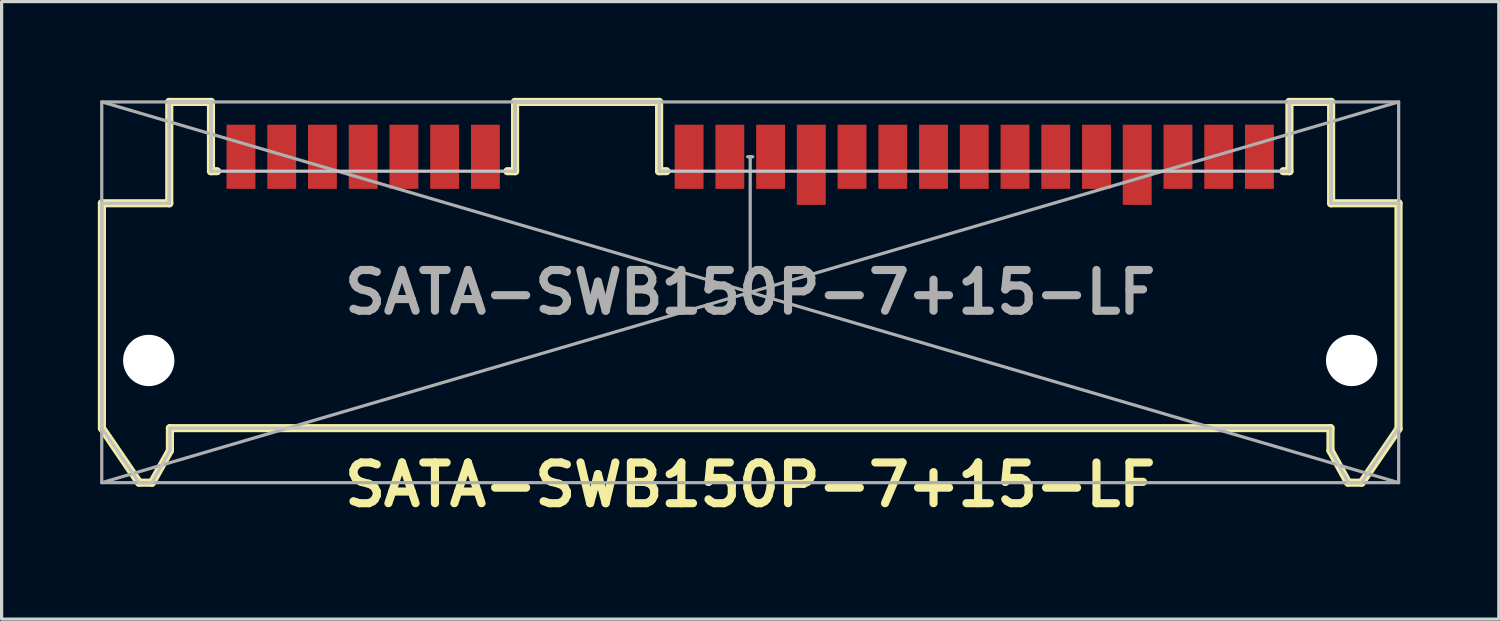
<source format=kicad_pcb>
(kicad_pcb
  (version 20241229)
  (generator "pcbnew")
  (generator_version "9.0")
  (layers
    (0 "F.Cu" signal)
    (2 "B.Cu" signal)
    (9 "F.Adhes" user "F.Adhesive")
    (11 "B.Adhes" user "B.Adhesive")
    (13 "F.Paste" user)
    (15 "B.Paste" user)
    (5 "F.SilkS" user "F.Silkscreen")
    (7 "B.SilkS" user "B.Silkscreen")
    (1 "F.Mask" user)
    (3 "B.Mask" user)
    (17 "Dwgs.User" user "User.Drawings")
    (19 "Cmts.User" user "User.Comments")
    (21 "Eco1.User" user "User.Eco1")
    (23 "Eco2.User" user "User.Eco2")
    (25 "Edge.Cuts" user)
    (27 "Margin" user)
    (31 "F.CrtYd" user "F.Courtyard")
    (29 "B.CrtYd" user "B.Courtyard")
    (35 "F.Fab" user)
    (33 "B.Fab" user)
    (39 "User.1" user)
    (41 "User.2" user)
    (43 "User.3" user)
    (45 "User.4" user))
  (footprint "SATA-SWB150P-7+15-LF"
    (layer "F.Cu")
    (at 20.337 6.062)
    (property "Reference" "SATA-SWB150P-7+15-LF" (at 0 6 0) (unlocked yes) (layer "F.SilkS") (effects (font (size 1.27 1.27) (thickness 0.254))))
    (attr smd)
    (fp_line (start -20.21 -2.775) (end -18.11 -2.775) (stroke (width 0.254) (type default)) (layer "F.SilkS"))
    (fp_line (start -20.21 4.235) (end -20.21 -2.775) (stroke (width 0.254) (type default)) (layer "F.SilkS"))
    (fp_line (start -19.05 5.935) (end -20.21 4.235) (stroke (width 0.254) (type default)) (layer "F.SilkS"))
    (fp_line (start -18.65 5.935) (end -19.05 5.935) (stroke (width 0.254) (type default)) (layer "F.SilkS"))
    (fp_line (start -18.11 -5.935) (end -16.81 -5.935) (stroke (width 0.254) (type default)) (layer "F.SilkS"))
    (fp_line (start -18.11 -2.775) (end -18.11 -5.935) (stroke (width 0.254) (type default)) (layer "F.SilkS"))
    (fp_line (start -18.09 4.235) (end -18.09 4.935) (stroke (width 0.254) (type default)) (layer "F.SilkS"))
    (fp_line (start -18.09 4.235) (end 18.09 4.235) (stroke (width 0.254) (type default)) (layer "F.SilkS"))
    (fp_line (start -18.09 4.935) (end -18.65 5.935) (stroke (width 0.254) (type default)) (layer "F.SilkS"))
    (fp_line (start -16.81 -5.935) (end -16.81 -3.775) (stroke (width 0.254) (type default)) (layer "F.SilkS"))
    (fp_line (start -16.81 -3.775) (end -16.62 -3.775) (stroke (width 0.254) (type default)) (layer "F.SilkS"))
    (fp_line (start -7.57 -3.775) (end -7.33 -3.775) (stroke (width 0.254) (type default)) (layer "F.SilkS"))
    (fp_line (start -7.33 -5.935) (end -2.84 -5.935) (stroke (width 0.254) (type default)) (layer "F.SilkS"))
    (fp_line (start -7.33 -3.775) (end -7.33 -5.935) (stroke (width 0.254) (type default)) (layer "F.SilkS"))
    (fp_line (start -2.84 -5.935) (end -2.84 -3.775) (stroke (width 0.254) (type default)) (layer "F.SilkS"))
    (fp_line (start -2.84 -3.775) (end -2.61 -3.775) (stroke (width 0.254) (type default)) (layer "F.SilkS"))
    (fp_line (start 16.81 -5.935) (end 16.81 -3.775) (stroke (width 0.254) (type default)) (layer "F.SilkS"))
    (fp_line (start 16.81 -3.775) (end 16.62 -3.775) (stroke (width 0.254) (type default)) (layer "F.SilkS"))
    (fp_line (start 18.09 4.235) (end 18.09 4.935) (stroke (width 0.254) (type default)) (layer "F.SilkS"))
    (fp_line (start 18.09 4.935) (end 18.64 5.935) (stroke (width 0.254) (type default)) (layer "F.SilkS"))
    (fp_line (start 18.11 -5.935) (end 16.81 -5.935) (stroke (width 0.254) (type default)) (layer "F.SilkS"))
    (fp_line (start 18.11 -2.775) (end 18.11 -5.935) (stroke (width 0.254) (type default)) (layer "F.SilkS"))
    (fp_line (start 18.64 5.935) (end 19.06 5.935) (stroke (width 0.254) (type default)) (layer "F.SilkS"))
    (fp_line (start 19.06 5.935) (end 20.21 4.255) (stroke (width 0.254) (type default)) (layer "F.SilkS"))
    (fp_line (start 20.21 -2.775) (end 18.11 -2.775) (stroke (width 0.254) (type default)) (layer "F.SilkS"))
    (fp_line (start 20.21 4.255) (end 20.21 -2.775) (stroke (width 0.254) (type default)) (layer "F.SilkS"))
    (fp_line (start -20.21 -2.775) (end -20.21 4.235) (stroke (width 0.1) (type default)) (layer "Dwgs.User"))
    (fp_line (start -20.21 4.235) (end -19.05 5.935) (stroke (width 0.1) (type default)) (layer "Dwgs.User"))
    (fp_line (start -19.05 5.935) (end -18.65 5.935) (stroke (width 0.1) (type default)) (layer "Dwgs.User"))
    (fp_line (start -18.11 -5.935) (end -18.11 -5.775) (stroke (width 0.1) (type default)) (layer "Dwgs.User"))
    (fp_line (start -18.11 -5.775) (end -18.11 -2.775) (stroke (width 0.1) (type default)) (layer "Dwgs.User"))
    (fp_line (start -18.11 -2.775) (end -20.21 -2.775) (stroke (width 0.1) (type default)) (layer "Dwgs.User"))
    (fp_line (start -18.09 4.235) (end -18.09 4.935) (stroke (width 0.1) (type default)) (layer "Dwgs.User"))
    (fp_line (start -18.09 4.935) (end -18.65 5.935) (stroke (width 0.1) (type default)) (layer "Dwgs.User"))
    (fp_line (start -16.81 -5.935) (end -18.11 -5.935) (stroke (width 0.1) (type default)) (layer "Dwgs.User"))
    (fp_line (start -16.81 -3.775) (end -16.81 -5.935) (stroke (width 0.1) (type default)) (layer "Dwgs.User"))
    (fp_line (start -7.33 -5.935) (end -7.33 -3.775) (stroke (width 0.1) (type default)) (layer "Dwgs.User"))
    (fp_line (start -7.33 -3.775) (end -16.81 -3.775) (stroke (width 0.1) (type default)) (layer "Dwgs.User"))
    (fp_line (start -2.83 -5.935) (end -7.33 -5.935) (stroke (width 0.1) (type default)) (layer "Dwgs.User"))
    (fp_line (start -2.83 -3.775) (end -2.83 -5.935) (stroke (width 0.1) (type default)) (layer "Dwgs.User"))
    (fp_line (start 16.81 -5.935) (end 16.81 -3.775) (stroke (width 0.1) (type default)) (layer "Dwgs.User"))
    (fp_line (start 16.81 -3.775) (end -2.83 -3.775) (stroke (width 0.1) (type default)) (layer "Dwgs.User"))
    (fp_line (start 18.09 4.235) (end -18.09 4.235) (stroke (width 0.1) (type default)) (layer "Dwgs.User"))
    (fp_line (start 18.09 4.935) (end 18.09 4.235) (stroke (width 0.1) (type default)) (layer "Dwgs.User"))
    (fp_line (start 18.11 -5.935) (end 16.81 -5.935) (stroke (width 0.1) (type default)) (layer "Dwgs.User"))
    (fp_line (start 18.11 -2.775) (end 18.11 -5.935) (stroke (width 0.1) (type default)) (layer "Dwgs.User"))
    (fp_line (start 18.65 5.935) (end 18.09 4.935) (stroke (width 0.1) (type default)) (layer "Dwgs.User"))
    (fp_line (start 19.05 5.935) (end 18.65 5.935) (stroke (width 0.1) (type default)) (layer "Dwgs.User"))
    (fp_line (start 19.05 5.935) (end 20.21 4.235) (stroke (width 0.1) (type default)) (layer "Dwgs.User"))
    (fp_line (start 20.21 -2.775) (end 18.11 -2.775) (stroke (width 0.1) (type default)) (layer "Dwgs.User"))
    (fp_line (start 20.21 4.125) (end 20.21 -2.775) (stroke (width 0.1) (type default)) (layer "Dwgs.User"))
    (fp_line (start 20.21 4.235) (end 20.21 4.125) (stroke (width 0.1) (type default)) (layer "Dwgs.User"))
    (fp_line (start -20.215 -5.935) (end 20.215 5.935) (stroke (width 0.1) (type default)) (layer "F.Fab"))
    (fp_line (start -18.11 -5.935) (end -18.11 -2.775) (stroke (width 0.1) (type default)) (layer "F.Fab"))
    (fp_line (start -16.81 -3.775) (end -16.81 -5.935) (stroke (width 0.1) (type default)) (layer "F.Fab"))
    (fp_line (start -7.33 -3.775) (end -7.33 -5.935) (stroke (width 0.1) (type default)) (layer "F.Fab"))
    (fp_line (start -2.83 -3.775) (end -2.83 -5.935) (stroke (width 0.1) (type default)) (layer "F.Fab"))
    (fp_line (start 0 -4.225) (end -0.08 -4.225) (stroke (width 0.1) (type default)) (layer "F.Fab"))
    (fp_line (start 0 -4.225) (end 0.08 -4.225) (stroke (width 0.1) (type default)) (layer "F.Fab"))
    (fp_line (start 0 0) (end 0 -4.225) (stroke (width 0.1) (type default)) (layer "F.Fab"))
    (fp_line (start 16.81 -3.775) (end 16.81 -5.935) (stroke (width 0.1) (type default)) (layer "F.Fab"))
    (fp_line (start 18.11 -5.935) (end 18.11 -2.775) (stroke (width 0.1) (type default)) (layer "F.Fab"))
    (fp_line (start 20.215 -5.935) (end -20.215 5.935) (stroke (width 0.1) (type default)) (layer "F.Fab"))
    (fp_rect (start -20.215 -5.935) (end 20.215 5.935) (stroke (width 0.1) (type default)) (fill no) (layer "F.Fab"))
    (fp_text user "${REFERENCE}" (at 0 0 0) (unlocked yes) (layer "F.Fab") (effects (font (size 1.27 1.27) (thickness 0.254) (bold yes))))
    (pad "" np_thru_hole circle (at -18.75 2.125) (size 1.6 1.6) (drill 1.6) (layers "*.Cu" "*.Mask"))
    (pad "" np_thru_hole circle (at 18.75 2.125) (size 1.6 1.6) (drill 1.6) (layers "*.Cu" "*.Mask"))
    (pad "1" smd rect (at -15.875 -4.225) (size 0.9 2) (layers "F.Cu" "F.Mask" "F.Paste"))
    (pad "2" smd rect (at -14.605 -4.225) (size 0.9 2) (layers "F.Cu" "F.Mask" "F.Paste"))
    (pad "3" smd rect (at -13.335 -4.225) (size 0.9 2) (layers "F.Cu" "F.Mask" "F.Paste"))
    (pad "4" smd rect (at -12.065 -4.225) (size 0.9 2) (layers "F.Cu" "F.Mask" "F.Paste"))
    (pad "5" smd rect (at -10.795 -4.225) (size 0.9 2) (layers "F.Cu" "F.Mask" "F.Paste"))
    (pad "6" smd rect (at -9.525 -4.225) (size 0.9 2) (layers "F.Cu" "F.Mask" "F.Paste"))
    (pad "7" smd rect (at -8.255 -4.225) (size 0.9 2) (layers "F.Cu" "F.Mask" "F.Paste"))
    (pad "11" smd rect (at -1.905 -4.225) (size 0.9 2) (layers "F.Cu" "F.Mask" "F.Paste"))
    (pad "12" smd rect (at -0.635 -4.225) (size 0.9 2) (layers "F.Cu" "F.Mask" "F.Paste"))
    (pad "13" smd rect (at 0.635 -4.225) (size 0.9 2) (layers "F.Cu" "F.Mask" "F.Paste"))
    (pad "14" smd rect (at 1.905 -3.975) (size 0.9 2.5) (layers "F.Cu" "F.Mask" "F.Paste"))
    (pad "15" smd rect (at 3.175 -4.225) (size 0.9 2) (layers "F.Cu" "F.Mask" "F.Paste"))
    (pad "16" smd rect (at 4.445 -4.225) (size 0.9 2) (layers "F.Cu" "F.Mask" "F.Paste"))
    (pad "17" smd rect (at 5.715 -4.225) (size 0.9 2) (layers "F.Cu" "F.Mask" "F.Paste"))
    (pad "18" smd rect (at 6.985 -4.225) (size 0.9 2) (layers "F.Cu" "F.Mask" "F.Paste"))
    (pad "19" smd rect (at 8.255 -4.225) (size 0.9 2) (layers "F.Cu" "F.Mask" "F.Paste"))
    (pad "20" smd rect (at 9.525 -4.225) (size 0.9 2) (layers "F.Cu" "F.Mask" "F.Paste"))
    (pad "21" smd rect (at 10.795 -4.225) (size 0.9 2) (layers "F.Cu" "F.Mask" "F.Paste"))
    (pad "22" smd rect (at 12.065 -3.975) (size 0.9 2.5) (layers "F.Cu" "F.Mask" "F.Paste"))
    (pad "23" smd rect (at 13.335 -4.225) (size 0.9 2) (layers "F.Cu" "F.Mask" "F.Paste"))
    (pad "24" smd rect (at 14.605 -4.225) (size 0.9 2) (layers "F.Cu" "F.Mask" "F.Paste"))
    (pad "25" smd rect (at 15.875 -4.225) (size 0.9 2) (layers "F.Cu" "F.Mask" "F.Paste")))
  (gr_rect
    (start -3 -3)
    (end 43.674 16.251)
    (stroke (width 0.1) (type default))
    (fill no)
    (layer "Edge.Cuts")))
</source>
